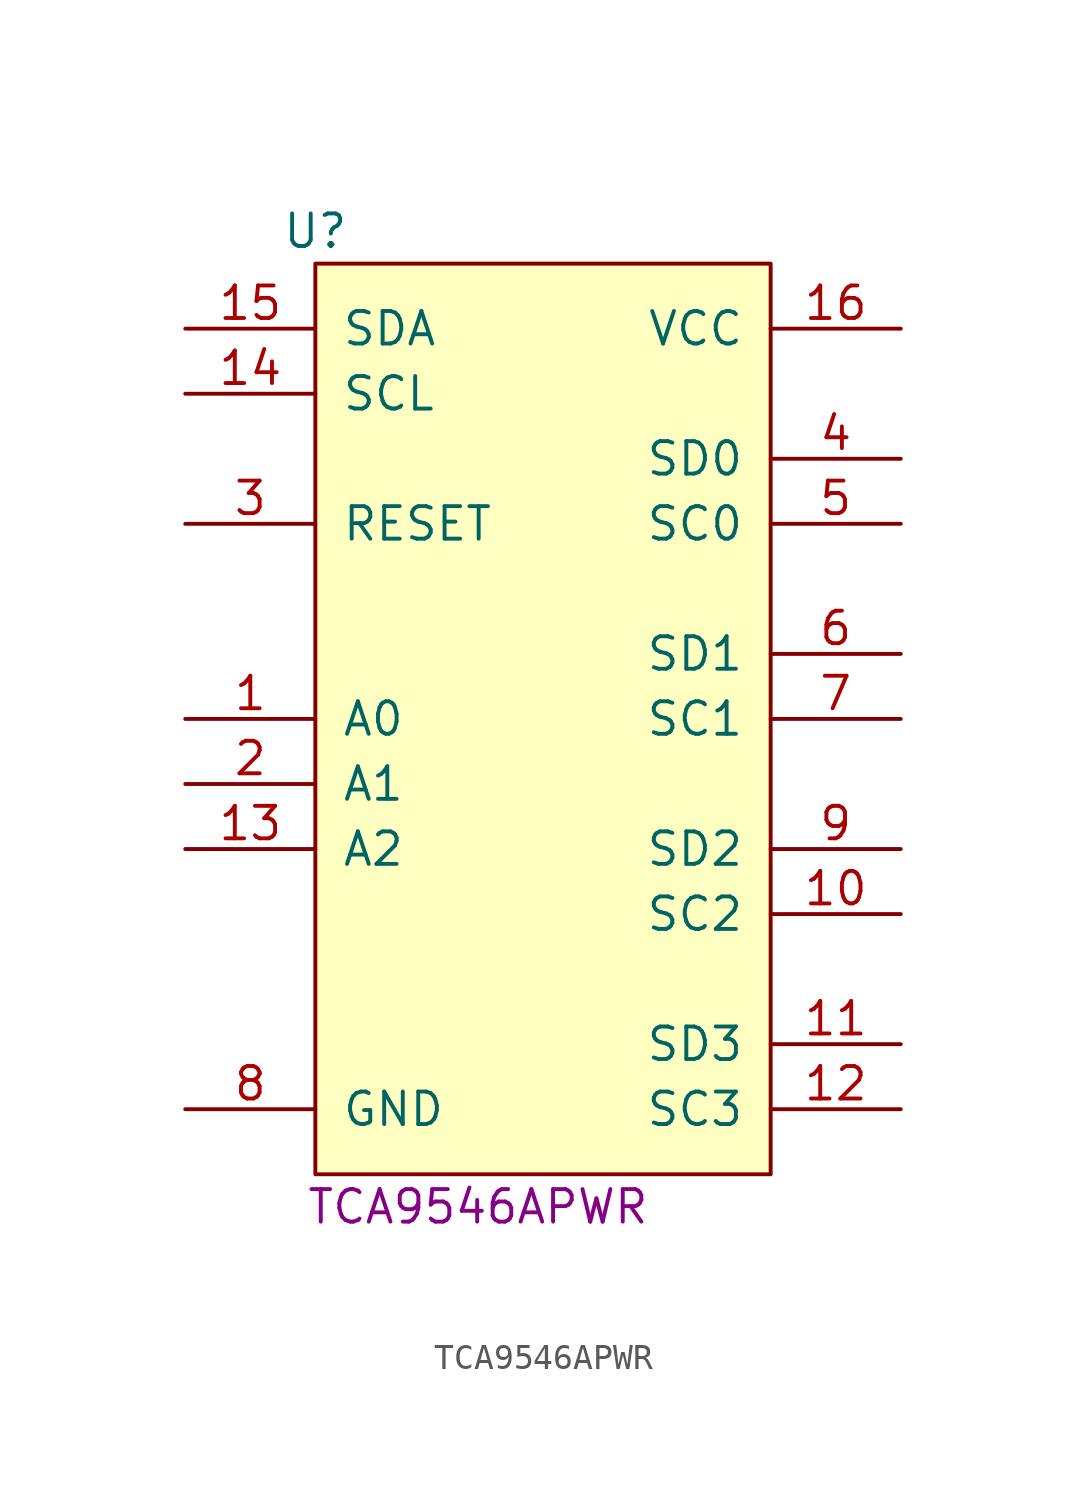
<source format=kicad_sym>
(kicad_symbol_lib
  (version 20220914)
  (generator kicad_symbol_editor)
  (symbol "TCA9546APWR"
    (pin_names
      (offset 1.016))
    (property "Reference" "U"
      (at 0 1.27 0)
      (effects (font (size 1.27 1.27))))
    (property "_Value_" "TCA9546APWR"
      (at 6.35 -36.83 0)
      (effects (font (size 1.27 1.27))))
    (symbol "TCA9546APWR_0_1"
      (rectangle (start 0 0) (end 17.78 -35.56) (stroke (width 0) (type default)) (fill (type background))))
    (symbol "TCA9546APWR_1_1"
      (pin input line (at -5.08 -17.78 0) (length 5.08) (name "A0" (effects (font (size 1.27 1.27)))) (number "1" (effects (font (size 1.27 1.27)))))
      (pin output line (at 22.86 -25.4 180) (length 5.08) (name "SC2" (effects (font (size 1.27 1.27)))) (number "10" (effects (font (size 1.27 1.27)))))
      (pin bidirectional line (at 22.86 -30.48 180) (length 5.08) (name "SD3" (effects (font (size 1.27 1.27)))) (number "11" (effects (font (size 1.27 1.27)))))
      (pin output line (at 22.86 -33.02 180) (length 5.08) (name "SC3" (effects (font (size 1.27 1.27)))) (number "12" (effects (font (size 1.27 1.27)))))
      (pin input line (at -5.08 -22.86 0) (length 5.08) (name "A2" (effects (font (size 1.27 1.27)))) (number "13" (effects (font (size 1.27 1.27)))))
      (pin input line (at -5.08 -5.08 0) (length 5.08) (name "SCL" (effects (font (size 1.27 1.27)))) (number "14" (effects (font (size 1.27 1.27)))))
      (pin bidirectional line (at -5.08 -2.54 0) (length 5.08) (name "SDA" (effects (font (size 1.27 1.27)))) (number "15" (effects (font (size 1.27 1.27)))))
      (pin power_in line (at 22.86 -2.54 180) (length 5.08) (name "VCC" (effects (font (size 1.27 1.27)))) (number "16" (effects (font (size 1.27 1.27)))))
      (pin input line (at -5.08 -20.32 0) (length 5.08) (name "A1" (effects (font (size 1.27 1.27)))) (number "2" (effects (font (size 1.27 1.27)))))
      (pin input line (at -5.08 -10.16 0) (length 5.08) (name "RESET" (effects (font (size 1.27 1.27)))) (number "3" (effects (font (size 1.27 1.27)))))
      (pin bidirectional line (at 22.86 -7.62 180) (length 5.08) (name "SD0" (effects (font (size 1.27 1.27)))) (number "4" (effects (font (size 1.27 1.27)))))
      (pin output line (at 22.86 -10.16 180) (length 5.08) (name "SC0" (effects (font (size 1.27 1.27)))) (number "5" (effects (font (size 1.27 1.27)))))
      (pin bidirectional line (at 22.86 -15.24 180) (length 5.08) (name "SD1" (effects (font (size 1.27 1.27)))) (number "6" (effects (font (size 1.27 1.27)))))
      (pin output line (at 22.86 -17.78 180) (length 5.08) (name "SC1" (effects (font (size 1.27 1.27)))) (number "7" (effects (font (size 1.27 1.27)))))
      (pin passive line (at -5.08 -33.02 0) (length 5.08) (name "GND" (effects (font (size 1.27 1.27)))) (number "8" (effects (font (size 1.27 1.27)))))
      (pin bidirectional line (at 22.86 -22.86 180) (length 5.08) (name "SD2" (effects (font (size 1.27 1.27)))) (number "9" (effects (font (size 1.27 1.27))))))))
</source>
